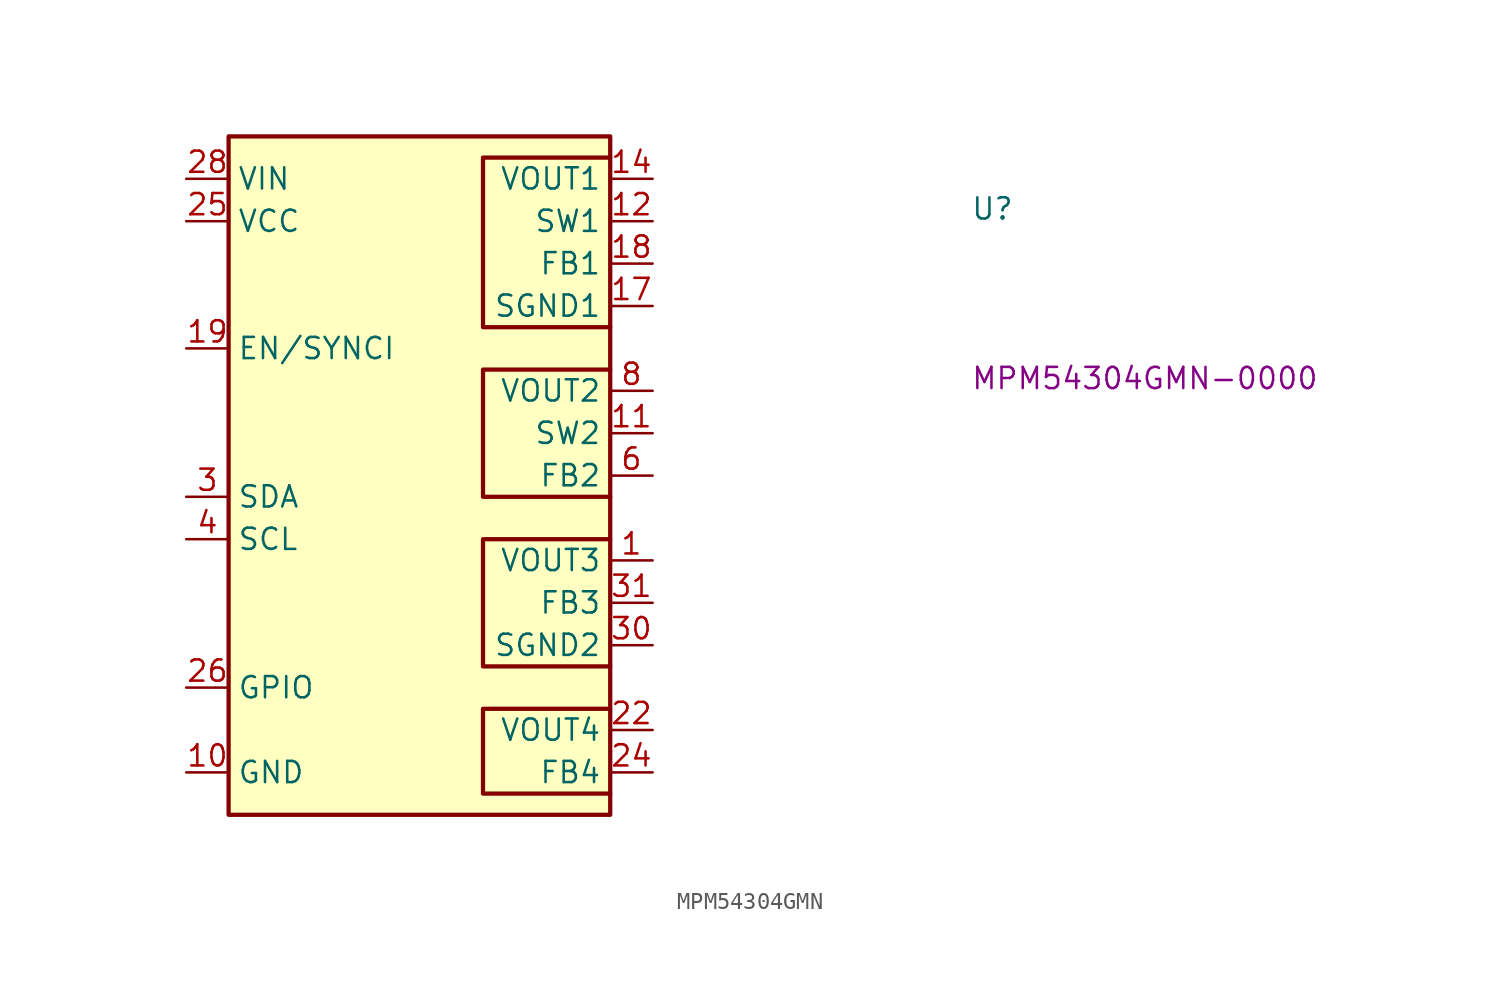
<source format=kicad_sym>
(kicad_symbol_lib
  (version 20220914)
  (generator kicad_symbol_editor)
  (symbol "MPM54304GMN"
    (property "Reference" "U"
      (at 46.99 -2.54 0)
      (effects (font (size 1.27 1.27) (thickness 0.15)) (justify left bottom)))
    (property "MPN" "MPM54304GMN-0000"
      (at 46.99 -12.7 0)
      (effects (font (size 1.27 1.27) (thickness 0.15)) (justify left bottom)))
    (symbol "MPM54304GMN_1_1"
      (polyline (pts (xy 25.4 -31.75) (xy 17.78 -31.75) (xy 17.78 -36.83) (xy 25.4 -36.83)) (stroke (width 0.254) (type default)) (fill (type background)))
      (polyline (pts (xy 25.4 -21.59) (xy 17.78 -21.59) (xy 17.78 -29.21) (xy 25.4 -29.21)) (stroke (width 0.254) (type default)) (fill (type background)))
      (polyline (pts (xy 25.4 -11.43) (xy 17.78 -11.43) (xy 17.78 -19.05) (xy 25.4 -19.05)) (stroke (width 0.254) (type default)) (fill (type background)))
      (polyline (pts (xy 25.4 1.27) (xy 17.78 1.27) (xy 17.78 -8.89) (xy 25.4 -8.89)) (stroke (width 0.254) (type default)) (fill (type background)))
      (rectangle (start 2.54 2.54) (end 25.4 -38.1) (stroke (width 0.254) (type default)) (fill (type background)))
      (pin power_out line (at 27.94 -22.86 180) (length 2.54) (name "VOUT3" (effects (font (size 1.27 1.27)))) (number "1" (effects (font (size 1.27 1.27)))))
      (pin passive line (at 0 -35.56 0) (length 2.54) (name "GND" (effects (font (size 1.27 1.27)))) (number "10" (effects (font (size 1.27 1.27)))))
      (pin power_out line (at 27.94 -15.24 180) (length 2.54) (name "SW2" (effects (font (size 1.27 1.27)))) (number "11" (effects (font (size 1.27 1.27)))))
      (pin power_out line (at 27.94 -2.54 180) (length 2.54) (name "SW1" (effects (font (size 1.27 1.27)))) (number "12" (effects (font (size 1.27 1.27)))))
      (pin passive line (at 0 -35.56 0) (length 2.54) hide (name "GND" (effects (font (size 1.27 1.27)))) (number "13" (effects (font (size 1.27 1.27)))))
      (pin power_out line (at 27.94 0 180) (length 2.54) (name "VOUT1" (effects (font (size 1.27 1.27)))) (number "14" (effects (font (size 1.27 1.27)))))
      (pin passive line (at 27.94 0 180) (length 2.54) hide (name "VOUT1" (effects (font (size 1.27 1.27)))) (number "15" (effects (font (size 1.27 1.27)))))
      (pin passive line (at 0 -35.56 0) (length 2.54) hide (name "GND" (effects (font (size 1.27 1.27)))) (number "16" (effects (font (size 1.27 1.27)))))
      (pin power_out line (at 27.94 -7.62 180) (length 2.54) (name "SGND1" (effects (font (size 1.27 1.27)))) (number "17" (effects (font (size 1.27 1.27)))))
      (pin input line (at 27.94 -5.08 180) (length 2.54) (name "FB1" (effects (font (size 1.27 1.27)))) (number "18" (effects (font (size 1.27 1.27)))))
      (pin input line (at 0 -10.16 0) (length 2.54) (name "EN/SYNCI" (effects (font (size 1.27 1.27)))) (number "19" (effects (font (size 1.27 1.27)))))
      (pin passive line (at 0 -35.56 0) (length 2.54) hide (name "GND" (effects (font (size 1.27 1.27)))) (number "2" (effects (font (size 1.27 1.27)))))
      (pin passive line (at 0 -35.56 0) (length 2.54) hide (name "GND" (effects (font (size 1.27 1.27)))) (number "20" (effects (font (size 1.27 1.27)))))
      (pin passive line (at 0 -35.56 0) (length 2.54) hide (name "GND" (effects (font (size 1.27 1.27)))) (number "21" (effects (font (size 1.27 1.27)))))
      (pin power_out line (at 27.94 -33.02 180) (length 2.54) (name "VOUT4" (effects (font (size 1.27 1.27)))) (number "22" (effects (font (size 1.27 1.27)))))
      (pin passive line (at 27.94 -33.02 180) (length 2.54) hide (name "VOUT4" (effects (font (size 1.27 1.27)))) (number "23" (effects (font (size 1.27 1.27)))))
      (pin input line (at 27.94 -35.56 180) (length 2.54) (name "FB4" (effects (font (size 1.27 1.27)))) (number "24" (effects (font (size 1.27 1.27)))))
      (pin input line (at 0 -2.54 0) (length 2.54) (name "VCC" (effects (font (size 1.27 1.27)))) (number "25" (effects (font (size 1.27 1.27)))))
      (pin input line (at 0 -30.48 0) (length 2.54) (name "GPIO" (effects (font (size 1.27 1.27)))) (number "26" (effects (font (size 1.27 1.27)))))
      (pin passive line (at 0 -35.56 0) (length 2.54) hide (name "GND" (effects (font (size 1.27 1.27)))) (number "27" (effects (font (size 1.27 1.27)))))
      (pin input line (at 0 0 0) (length 2.54) (name "VIN" (effects (font (size 1.27 1.27)))) (number "28" (effects (font (size 1.27 1.27)))))
      (pin passive line (at 0 0 0) (length 2.54) hide (name "VIN" (effects (font (size 1.27 1.27)))) (number "29" (effects (font (size 1.27 1.27)))))
      (pin bidirectional line (at 0 -19.05 0) (length 2.54) (name "SDA" (effects (font (size 1.27 1.27)))) (number "3" (effects (font (size 1.27 1.27)))))
      (pin power_out line (at 27.94 -27.94 180) (length 2.54) (name "SGND2" (effects (font (size 1.27 1.27)))) (number "30" (effects (font (size 1.27 1.27)))))
      (pin input line (at 27.94 -25.4 180) (length 2.54) (name "FB3" (effects (font (size 1.27 1.27)))) (number "31" (effects (font (size 1.27 1.27)))))
      (pin passive line (at 27.94 -22.86 180) (length 2.54) hide (name "VOUT3" (effects (font (size 1.27 1.27)))) (number "32" (effects (font (size 1.27 1.27)))))
      (pin passive line (at 0 -35.56 0) (length 2.54) hide (name "GND" (effects (font (size 1.27 1.27)))) (number "33" (effects (font (size 1.27 1.27)))))
      (pin input line (at 0 -21.59 0) (length 2.54) (name "SCL" (effects (font (size 1.27 1.27)))) (number "4" (effects (font (size 1.27 1.27)))))
      (pin passive line (at 0 -35.56 0) (length 2.54) hide (name "GND" (effects (font (size 1.27 1.27)))) (number "5" (effects (font (size 1.27 1.27)))))
      (pin input line (at 27.94 -17.78 180) (length 2.54) (name "FB2" (effects (font (size 1.27 1.27)))) (number "6" (effects (font (size 1.27 1.27)))))
      (pin passive line (at 0 -35.56 0) (length 2.54) hide (name "GND" (effects (font (size 1.27 1.27)))) (number "7" (effects (font (size 1.27 1.27)))))
      (pin power_out line (at 27.94 -12.7 180) (length 2.54) (name "VOUT2" (effects (font (size 1.27 1.27)))) (number "8" (effects (font (size 1.27 1.27)))))
      (pin passive line (at 27.94 -12.7 180) (length 2.54) hide (name "VOUT2" (effects (font (size 1.27 1.27)))) (number "9" (effects (font (size 1.27 1.27))))))))
</source>
